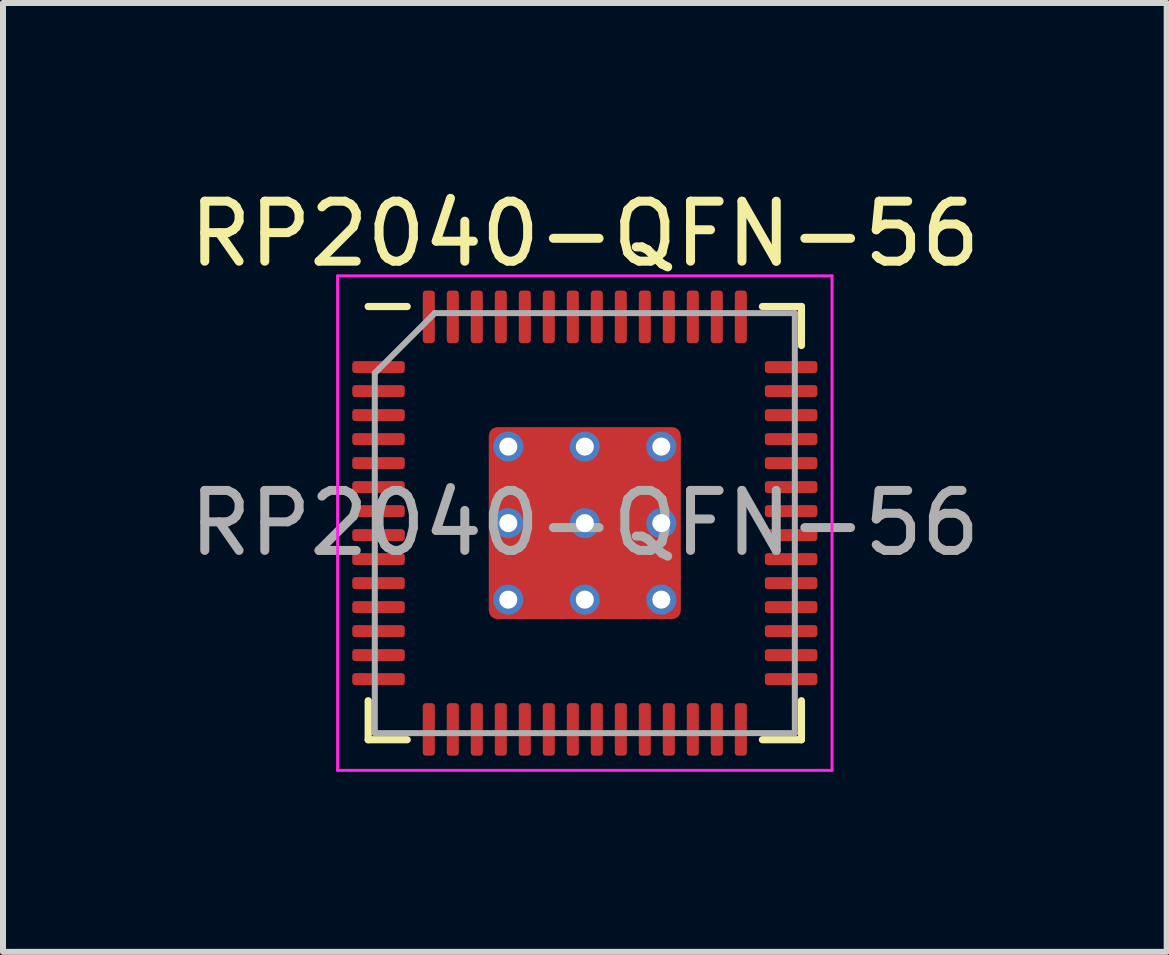
<source format=kicad_pcb>
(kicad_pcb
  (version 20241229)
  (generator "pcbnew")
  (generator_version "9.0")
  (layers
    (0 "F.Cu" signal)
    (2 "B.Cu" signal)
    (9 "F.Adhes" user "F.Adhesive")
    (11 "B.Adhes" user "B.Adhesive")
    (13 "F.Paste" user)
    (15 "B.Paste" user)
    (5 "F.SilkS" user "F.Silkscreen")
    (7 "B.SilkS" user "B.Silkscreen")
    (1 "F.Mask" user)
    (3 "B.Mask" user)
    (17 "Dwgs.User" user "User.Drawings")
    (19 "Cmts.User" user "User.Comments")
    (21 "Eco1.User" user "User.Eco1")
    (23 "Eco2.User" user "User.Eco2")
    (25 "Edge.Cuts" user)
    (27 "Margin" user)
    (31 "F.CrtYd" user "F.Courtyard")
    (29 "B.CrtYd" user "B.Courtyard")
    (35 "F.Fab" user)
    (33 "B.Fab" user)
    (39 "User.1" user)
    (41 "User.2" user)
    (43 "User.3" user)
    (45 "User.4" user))
  (footprint "RP2040-QFN-56"
    (layer "F.Cu")
    (at 6.696 5.668)
    (property "Reference" "RP2040-QFN-56" (at 0 -4.82 0) (layer "F.SilkS") (effects (font (size 1 1) (thickness 0.15))))
    (attr smd)
    (fp_line (start -3.61 3.61) (end -3.61 2.96) (stroke (width 0.12) (type solid)) (layer "F.SilkS"))
    (fp_line (start -2.96 -3.61) (end -3.61 -3.61) (stroke (width 0.12) (type solid)) (layer "F.SilkS"))
    (fp_line (start -2.96 3.61) (end -3.61 3.61) (stroke (width 0.12) (type solid)) (layer "F.SilkS"))
    (fp_line (start 2.96 -3.61) (end 3.61 -3.61) (stroke (width 0.12) (type solid)) (layer "F.SilkS"))
    (fp_line (start 2.96 3.61) (end 3.61 3.61) (stroke (width 0.12) (type solid)) (layer "F.SilkS"))
    (fp_line (start 3.61 -3.61) (end 3.61 -2.96) (stroke (width 0.12) (type solid)) (layer "F.SilkS"))
    (fp_line (start 3.61 3.61) (end 3.61 2.96) (stroke (width 0.12) (type solid)) (layer "F.SilkS"))
    (fp_line (start -4.12 -4.12) (end -4.12 4.12) (stroke (width 0.05) (type solid)) (layer "F.CrtYd"))
    (fp_line (start -4.12 4.12) (end 4.12 4.12) (stroke (width 0.05) (type solid)) (layer "F.CrtYd"))
    (fp_line (start 4.12 -4.12) (end -4.12 -4.12) (stroke (width 0.05) (type solid)) (layer "F.CrtYd"))
    (fp_line (start 4.12 4.12) (end 4.12 -4.12) (stroke (width 0.05) (type solid)) (layer "F.CrtYd"))
    (fp_line (start -3.5 -2.5) (end -2.5 -3.5) (stroke (width 0.1) (type solid)) (layer "F.Fab"))
    (fp_line (start -3.5 3.5) (end -3.5 -2.5) (stroke (width 0.1) (type solid)) (layer "F.Fab"))
    (fp_line (start -2.5 -3.5) (end 3.5 -3.5) (stroke (width 0.1) (type solid)) (layer "F.Fab"))
    (fp_line (start 3.5 -3.5) (end 3.5 3.5) (stroke (width 0.1) (type solid)) (layer "F.Fab"))
    (fp_line (start 3.5 3.5) (end -3.5 3.5) (stroke (width 0.1) (type solid)) (layer "F.Fab"))
    (fp_text user "${REFERENCE}" (at 0 0 0) (layer "F.Fab") (effects (font (size 1 1) (thickness 0.15))))
    (pad "" smd roundrect (at -0.637 -0.637) (size 1.084 1.084) (layers "F.Paste") (roundrect_rratio 0.231))
    (pad "" smd roundrect (at -0.637 0.637) (size 1.084 1.084) (layers "F.Paste") (roundrect_rratio 0.231))
    (pad "" smd roundrect (at 0.637 -0.637) (size 1.084 1.084) (layers "F.Paste") (roundrect_rratio 0.231))
    (pad "" smd roundrect (at 0.637 0.637) (size 1.084 1.084) (layers "F.Paste") (roundrect_rratio 0.231))
    (pad "1" smd roundrect (at -3.438 -2.6) (size 0.875 0.2) (layers "F.Cu" "F.Mask" "F.Paste") (roundrect_rratio 0.25))
    (pad "2" smd roundrect (at -3.438 -2.2) (size 0.875 0.2) (layers "F.Cu" "F.Mask" "F.Paste") (roundrect_rratio 0.25))
    (pad "3" smd roundrect (at -3.438 -1.8) (size 0.875 0.2) (layers "F.Cu" "F.Mask" "F.Paste") (roundrect_rratio 0.25))
    (pad "4" smd roundrect (at -3.438 -1.4) (size 0.875 0.2) (layers "F.Cu" "F.Mask" "F.Paste") (roundrect_rratio 0.25))
    (pad "5" smd roundrect (at -3.438 -1) (size 0.875 0.2) (layers "F.Cu" "F.Mask" "F.Paste") (roundrect_rratio 0.25))
    (pad "6" smd roundrect (at -3.438 -0.6) (size 0.875 0.2) (layers "F.Cu" "F.Mask" "F.Paste") (roundrect_rratio 0.25))
    (pad "7" smd roundrect (at -3.438 -0.2) (size 0.875 0.2) (layers "F.Cu" "F.Mask" "F.Paste") (roundrect_rratio 0.25))
    (pad "8" smd roundrect (at -3.438 0.2) (size 0.875 0.2) (layers "F.Cu" "F.Mask" "F.Paste") (roundrect_rratio 0.25))
    (pad "9" smd roundrect (at -3.438 0.6) (size 0.875 0.2) (layers "F.Cu" "F.Mask" "F.Paste") (roundrect_rratio 0.25))
    (pad "10" smd roundrect (at -3.438 1) (size 0.875 0.2) (layers "F.Cu" "F.Mask" "F.Paste") (roundrect_rratio 0.25))
    (pad "11" smd roundrect (at -3.438 1.4) (size 0.875 0.2) (layers "F.Cu" "F.Mask" "F.Paste") (roundrect_rratio 0.25))
    (pad "12" smd roundrect (at -3.438 1.8) (size 0.875 0.2) (layers "F.Cu" "F.Mask" "F.Paste") (roundrect_rratio 0.25))
    (pad "13" smd roundrect (at -3.438 2.2) (size 0.875 0.2) (layers "F.Cu" "F.Mask" "F.Paste") (roundrect_rratio 0.25))
    (pad "14" smd roundrect (at -3.438 2.6) (size 0.875 0.2) (layers "F.Cu" "F.Mask" "F.Paste") (roundrect_rratio 0.25))
    (pad "15" smd roundrect (at -2.6 3.438) (size 0.2 0.875) (layers "F.Cu" "F.Mask" "F.Paste") (roundrect_rratio 0.25))
    (pad "16" smd roundrect (at -2.2 3.438) (size 0.2 0.875) (layers "F.Cu" "F.Mask" "F.Paste") (roundrect_rratio 0.25))
    (pad "17" smd roundrect (at -1.8 3.438) (size 0.2 0.875) (layers "F.Cu" "F.Mask" "F.Paste") (roundrect_rratio 0.25))
    (pad "18" smd roundrect (at -1.4 3.438) (size 0.2 0.875) (layers "F.Cu" "F.Mask" "F.Paste") (roundrect_rratio 0.25))
    (pad "19" smd roundrect (at -1 3.438) (size 0.2 0.875) (layers "F.Cu" "F.Mask" "F.Paste") (roundrect_rratio 0.25))
    (pad "20" smd roundrect (at -0.6 3.438) (size 0.2 0.875) (layers "F.Cu" "F.Mask" "F.Paste") (roundrect_rratio 0.25))
    (pad "21" smd roundrect (at -0.2 3.438) (size 0.2 0.875) (layers "F.Cu" "F.Mask" "F.Paste") (roundrect_rratio 0.25))
    (pad "22" smd roundrect (at 0.2 3.438) (size 0.2 0.875) (layers "F.Cu" "F.Mask" "F.Paste") (roundrect_rratio 0.25))
    (pad "23" smd roundrect (at 0.6 3.438) (size 0.2 0.875) (layers "F.Cu" "F.Mask" "F.Paste") (roundrect_rratio 0.25))
    (pad "24" smd roundrect (at 1 3.438) (size 0.2 0.875) (layers "F.Cu" "F.Mask" "F.Paste") (roundrect_rratio 0.25))
    (pad "25" smd roundrect (at 1.4 3.438) (size 0.2 0.875) (layers "F.Cu" "F.Mask" "F.Paste") (roundrect_rratio 0.25))
    (pad "26" smd roundrect (at 1.8 3.438) (size 0.2 0.875) (layers "F.Cu" "F.Mask" "F.Paste") (roundrect_rratio 0.25))
    (pad "27" smd roundrect (at 2.2 3.438) (size 0.2 0.875) (layers "F.Cu" "F.Mask" "F.Paste") (roundrect_rratio 0.25))
    (pad "28" smd roundrect (at 2.6 3.438) (size 0.2 0.875) (layers "F.Cu" "F.Mask" "F.Paste") (roundrect_rratio 0.25))
    (pad "29" smd roundrect (at 3.438 2.6) (size 0.875 0.2) (layers "F.Cu" "F.Mask" "F.Paste") (roundrect_rratio 0.25))
    (pad "30" smd roundrect (at 3.438 2.2) (size 0.875 0.2) (layers "F.Cu" "F.Mask" "F.Paste") (roundrect_rratio 0.25))
    (pad "31" smd roundrect (at 3.438 1.8) (size 0.875 0.2) (layers "F.Cu" "F.Mask" "F.Paste") (roundrect_rratio 0.25))
    (pad "32" smd roundrect (at 3.438 1.4) (size 0.875 0.2) (layers "F.Cu" "F.Mask" "F.Paste") (roundrect_rratio 0.25))
    (pad "33" smd roundrect (at 3.438 1) (size 0.875 0.2) (layers "F.Cu" "F.Mask" "F.Paste") (roundrect_rratio 0.25))
    (pad "34" smd roundrect (at 3.438 0.6) (size 0.875 0.2) (layers "F.Cu" "F.Mask" "F.Paste") (roundrect_rratio 0.25))
    (pad "35" smd roundrect (at 3.438 0.2) (size 0.875 0.2) (layers "F.Cu" "F.Mask" "F.Paste") (roundrect_rratio 0.25))
    (pad "36" smd roundrect (at 3.438 -0.2) (size 0.875 0.2) (layers "F.Cu" "F.Mask" "F.Paste") (roundrect_rratio 0.25))
    (pad "37" smd roundrect (at 3.438 -0.6) (size 0.875 0.2) (layers "F.Cu" "F.Mask" "F.Paste") (roundrect_rratio 0.25))
    (pad "38" smd roundrect (at 3.438 -1) (size 0.875 0.2) (layers "F.Cu" "F.Mask" "F.Paste") (roundrect_rratio 0.25))
    (pad "39" smd roundrect (at 3.438 -1.4) (size 0.875 0.2) (layers "F.Cu" "F.Mask" "F.Paste") (roundrect_rratio 0.25))
    (pad "40" smd roundrect (at 3.438 -1.8) (size 0.875 0.2) (layers "F.Cu" "F.Mask" "F.Paste") (roundrect_rratio 0.25))
    (pad "41" smd roundrect (at 3.438 -2.2) (size 0.875 0.2) (layers "F.Cu" "F.Mask" "F.Paste") (roundrect_rratio 0.25))
    (pad "42" smd roundrect (at 3.438 -2.6) (size 0.875 0.2) (layers "F.Cu" "F.Mask" "F.Paste") (roundrect_rratio 0.25))
    (pad "43" smd roundrect (at 2.6 -3.438) (size 0.2 0.875) (layers "F.Cu" "F.Mask" "F.Paste") (roundrect_rratio 0.25))
    (pad "44" smd roundrect (at 2.2 -3.438) (size 0.2 0.875) (layers "F.Cu" "F.Mask" "F.Paste") (roundrect_rratio 0.25))
    (pad "45" smd roundrect (at 1.8 -3.438) (size 0.2 0.875) (layers "F.Cu" "F.Mask" "F.Paste") (roundrect_rratio 0.25))
    (pad "46" smd roundrect (at 1.4 -3.438) (size 0.2 0.875) (layers "F.Cu" "F.Mask" "F.Paste") (roundrect_rratio 0.25))
    (pad "47" smd roundrect (at 1 -3.438) (size 0.2 0.875) (layers "F.Cu" "F.Mask" "F.Paste") (roundrect_rratio 0.25))
    (pad "48" smd roundrect (at 0.6 -3.438) (size 0.2 0.875) (layers "F.Cu" "F.Mask" "F.Paste") (roundrect_rratio 0.25))
    (pad "49" smd roundrect (at 0.2 -3.438) (size 0.2 0.875) (layers "F.Cu" "F.Mask" "F.Paste") (roundrect_rratio 0.25))
    (pad "50" smd roundrect (at -0.2 -3.438) (size 0.2 0.875) (layers "F.Cu" "F.Mask" "F.Paste") (roundrect_rratio 0.25))
    (pad "51" smd roundrect (at -0.6 -3.438) (size 0.2 0.875) (layers "F.Cu" "F.Mask" "F.Paste") (roundrect_rratio 0.25))
    (pad "52" smd roundrect (at -1 -3.438) (size 0.2 0.875) (layers "F.Cu" "F.Mask" "F.Paste") (roundrect_rratio 0.25))
    (pad "53" smd roundrect (at -1.4 -3.438) (size 0.2 0.875) (layers "F.Cu" "F.Mask" "F.Paste") (roundrect_rratio 0.25))
    (pad "54" smd roundrect (at -1.8 -3.438) (size 0.2 0.875) (layers "F.Cu" "F.Mask" "F.Paste") (roundrect_rratio 0.25))
    (pad "55" smd roundrect (at -2.2 -3.438) (size 0.2 0.875) (layers "F.Cu" "F.Mask" "F.Paste") (roundrect_rratio 0.25))
    (pad "56" smd roundrect (at -2.6 -3.438) (size 0.2 0.875) (layers "F.Cu" "F.Mask" "F.Paste") (roundrect_rratio 0.25))
    (pad "57" thru_hole circle (at -1.275 -1.275) (size 0.5 0.5) (drill 0.3) (layers "*.Cu"))
    (pad "57" thru_hole circle (at -1.275 0) (size 0.5 0.5) (drill 0.3) (layers "*.Cu"))
    (pad "57" thru_hole circle (at -1.275 1.275) (size 0.5 0.5) (drill 0.3) (layers "*.Cu"))
    (pad "57" thru_hole circle (at 0 -1.275) (size 0.5 0.5) (drill 0.3) (layers "*.Cu"))
    (pad "57" thru_hole circle (at 0 0) (size 0.5 0.5) (drill 0.3) (layers "*.Cu"))
    (pad "57" smd roundrect (at 0 0) (size 3.2 3.2) (layers "F.Cu" "F.Mask") (roundrect_rratio 0.045))
    (pad "57" thru_hole circle (at 0 1.275) (size 0.5 0.5) (drill 0.3) (layers "*.Cu"))
    (pad "57" thru_hole circle (at 1.275 -1.275) (size 0.5 0.5) (drill 0.3) (layers "*.Cu"))
    (pad "57" thru_hole circle (at 1.275 0) (size 0.5 0.5) (drill 0.3) (layers "*.Cu"))
    (pad "57" thru_hole circle (at 1.275 1.275) (size 0.5 0.5) (drill 0.3) (layers "*.Cu")))
  (gr_rect
    (start -3 -3)
    (end 16.393 12.813)
    (stroke (width 0.1) (type default))
    (fill no)
    (layer "Edge.Cuts")))
</source>
